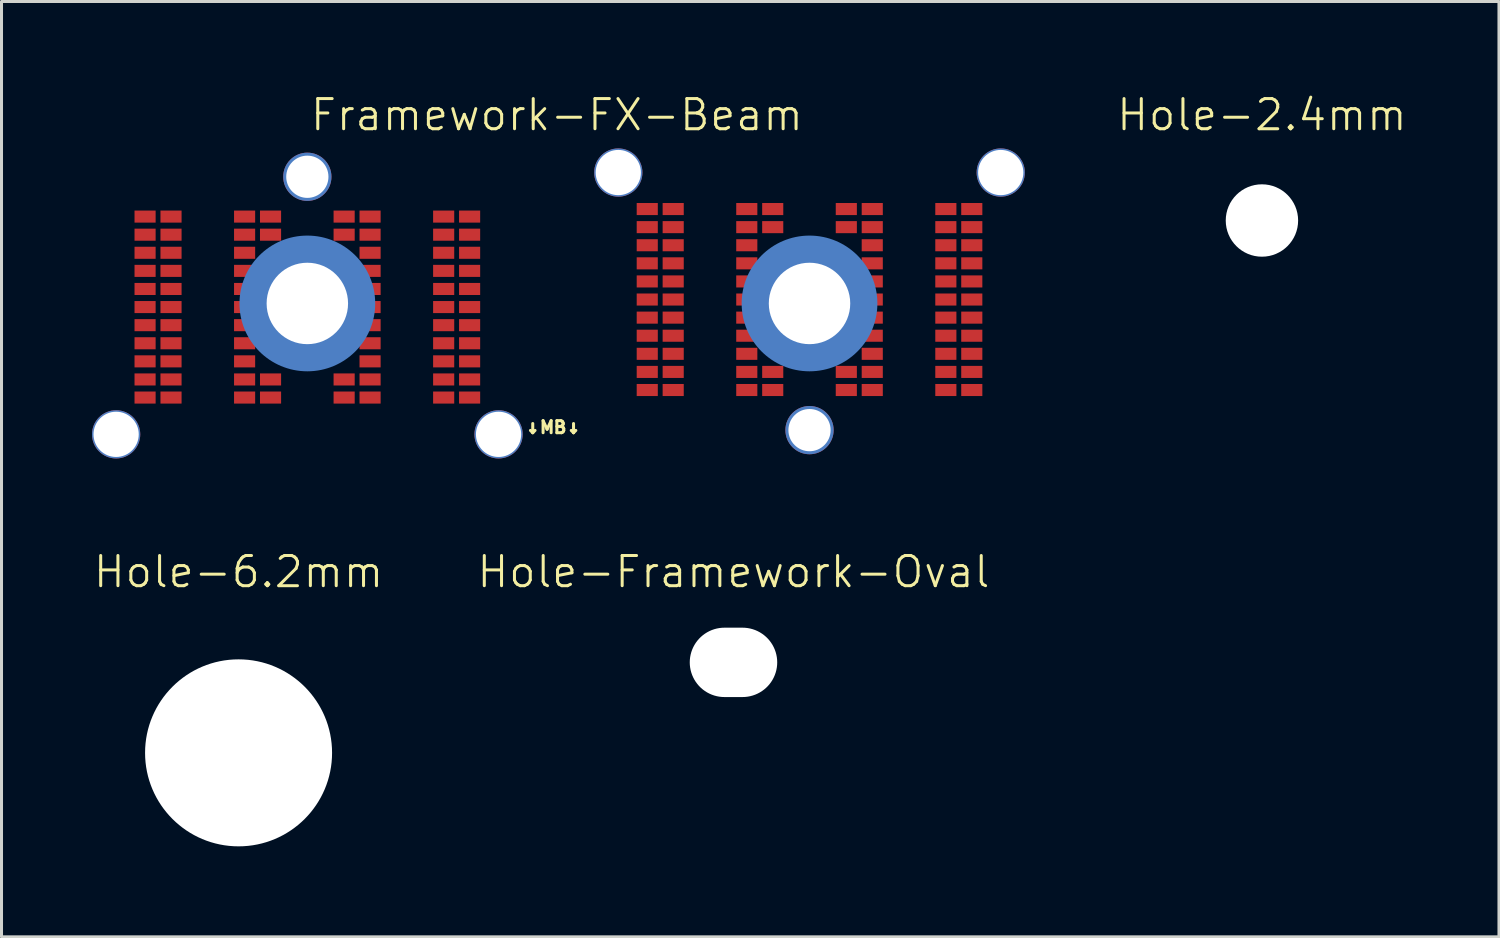
<source format=kicad_pcb>
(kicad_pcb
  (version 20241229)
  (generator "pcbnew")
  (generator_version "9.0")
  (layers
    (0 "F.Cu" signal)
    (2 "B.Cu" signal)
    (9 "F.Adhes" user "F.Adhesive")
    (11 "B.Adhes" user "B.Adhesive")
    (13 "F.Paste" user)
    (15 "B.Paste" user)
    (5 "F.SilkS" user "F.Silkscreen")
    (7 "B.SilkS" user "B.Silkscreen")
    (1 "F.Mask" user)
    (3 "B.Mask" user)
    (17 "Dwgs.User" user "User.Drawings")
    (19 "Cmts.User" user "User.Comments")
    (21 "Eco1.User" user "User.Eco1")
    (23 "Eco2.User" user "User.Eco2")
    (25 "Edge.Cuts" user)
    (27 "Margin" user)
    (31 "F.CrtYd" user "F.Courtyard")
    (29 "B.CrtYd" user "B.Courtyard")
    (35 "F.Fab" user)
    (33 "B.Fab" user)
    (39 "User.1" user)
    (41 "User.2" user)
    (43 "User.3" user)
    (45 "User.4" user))
  (footprint "Framework-FX-Beam"
    (layer "F.Cu")
    (at 7.14 7.011)
    (property "Reference" "Framework-FX-Beam" (at 8.275 -6.25 0) (unlocked yes) (layer "F.SilkS") (effects (font (size 1 1) (thickness 0.1))))
    (attr smd)
    (fp_text user "↓MB↓" (at 7.16 4.34 0) (unlocked yes) (layer "F.SilkS") (effects (font (size 0.4 0.4) (thickness 0.1)) (justify left bottom)))
    (pad "" np_thru_hole circle (at -6.34 4.34) (size 1.6 1.6) (drill 1.5) (layers "*.Cu" "*.Mask"))
    (pad "" np_thru_hole circle (at 0 -4.2) (size 1.6 1.6) (drill 1.4) (layers "*.Cu" "*.Mask"))
    (pad "" np_thru_hole circle (at 0 0) (size 3.2 3.2) (drill 2.7) (layers "*.Cu" "*.Mask"))
    (pad "" smd circle (at 0 0) (size 4.5 4.5) (layers "B.Cu" "B.Mask" "B.Paste"))
    (pad "" np_thru_hole circle (at 6.34 4.34) (size 1.6 1.6) (drill 1.5) (layers "*.Cu" "*.Mask"))
    (pad "" np_thru_hole circle (at 10.31 -4.34) (size 1.6 1.6) (drill 1.5) (layers "*.Cu" "*.Mask"))
    (pad "" np_thru_hole circle (at 16.65 0) (size 3.2 3.2) (drill 2.7) (layers "*.Cu" "*.Mask"))
    (pad "" smd circle (at 16.65 0) (size 4.5 4.5) (layers "B.Cu" "B.Mask" "B.Paste"))
    (pad "" np_thru_hole circle (at 16.65 4.2) (size 1.6 1.6) (drill 1.4) (layers "*.Cu" "*.Mask"))
    (pad "" np_thru_hole circle (at 22.99 -4.34) (size 1.6 1.6) (drill 1.5) (layers "*.Cu" "*.Mask"))
    (pad "D-1" smd rect (at 11.27 -3.13) (size 0.7 0.4) (layers "F.Cu" "F.Mask" "F.Paste"))
    (pad "D-2" smd rect (at 11.27 -2.53) (size 0.7 0.4) (layers "F.Cu" "F.Mask" "F.Paste"))
    (pad "D-3" smd rect (at 11.27 -1.93) (size 0.7 0.4) (layers "F.Cu" "F.Mask" "F.Paste"))
    (pad "D-4" smd rect (at 11.27 -1.33) (size 0.7 0.4) (layers "F.Cu" "F.Mask" "F.Paste"))
    (pad "D-5" smd rect (at 11.27 -0.73) (size 0.7 0.4) (layers "F.Cu" "F.Mask" "F.Paste"))
    (pad "D-6" smd rect (at 11.27 -0.13) (size 0.7 0.4) (layers "F.Cu" "F.Mask" "F.Paste"))
    (pad "D-7" smd rect (at 11.27 0.47) (size 0.7 0.4) (layers "F.Cu" "F.Mask" "F.Paste"))
    (pad "D-8" smd rect (at 11.27 1.07) (size 0.7 0.4) (layers "F.Cu" "F.Mask" "F.Paste"))
    (pad "D-9" smd rect (at 11.27 1.67) (size 0.7 0.4) (layers "F.Cu" "F.Mask" "F.Paste"))
    (pad "D-10" smd rect (at 11.27 2.27) (size 0.7 0.4) (layers "F.Cu" "F.Mask" "F.Paste"))
    (pad "D-11" smd rect (at 11.27 2.87) (size 0.7 0.4) (layers "F.Cu" "F.Mask" "F.Paste"))
    (pad "D-12" smd rect (at 12.13 -3.13) (size 0.7 0.4) (layers "F.Cu" "F.Mask" "F.Paste"))
    (pad "D-13" smd rect (at 12.13 -2.53) (size 0.7 0.4) (layers "F.Cu" "F.Mask" "F.Paste"))
    (pad "D-14" smd rect (at 12.13 -1.93) (size 0.7 0.4) (layers "F.Cu" "F.Mask" "F.Paste"))
    (pad "D-15" smd rect (at 12.13 -1.33) (size 0.7 0.4) (layers "F.Cu" "F.Mask" "F.Paste"))
    (pad "D-16" smd rect (at 12.13 -0.73) (size 0.7 0.4) (layers "F.Cu" "F.Mask" "F.Paste"))
    (pad "D-17" smd rect (at 12.13 -0.13) (size 0.7 0.4) (layers "F.Cu" "F.Mask" "F.Paste"))
    (pad "D-18" smd rect (at 12.13 0.47) (size 0.7 0.4) (layers "F.Cu" "F.Mask" "F.Paste"))
    (pad "D-19" smd rect (at 12.13 1.07) (size 0.7 0.4) (layers "F.Cu" "F.Mask" "F.Paste"))
    (pad "D-20" smd rect (at 12.13 1.67) (size 0.7 0.4) (layers "F.Cu" "F.Mask" "F.Paste"))
    (pad "D-21" smd rect (at 12.13 2.27) (size 0.7 0.4) (layers "F.Cu" "F.Mask" "F.Paste"))
    (pad "D-22" smd rect (at 12.13 2.87) (size 0.7 0.4) (layers "F.Cu" "F.Mask" "F.Paste"))
    (pad "D-23" smd rect (at 14.57 -3.13) (size 0.7 0.4) (layers "F.Cu" "F.Mask" "F.Paste"))
    (pad "D-24" smd rect (at 14.57 -2.53) (size 0.7 0.4) (layers "F.Cu" "F.Mask" "F.Paste"))
    (pad "D-25" smd rect (at 14.57 -1.93) (size 0.7 0.4) (layers "F.Cu" "F.Mask" "F.Paste"))
    (pad "D-26" smd rect (at 14.57 -1.33) (size 0.7 0.4) (layers "F.Cu" "F.Mask" "F.Paste"))
    (pad "D-27" smd rect (at 14.57 -0.73) (size 0.7 0.4) (layers "F.Cu" "F.Mask" "F.Paste"))
    (pad "D-28" smd rect (at 14.57 -0.13) (size 0.7 0.4) (layers "F.Cu" "F.Mask" "F.Paste"))
    (pad "D-29" smd rect (at 14.57 0.47) (size 0.7 0.4) (layers "F.Cu" "F.Mask" "F.Paste"))
    (pad "D-30" smd rect (at 14.57 1.07) (size 0.7 0.4) (layers "F.Cu" "F.Mask" "F.Paste"))
    (pad "D-31" smd rect (at 14.57 1.67) (size 0.7 0.4) (layers "F.Cu" "F.Mask" "F.Paste"))
    (pad "D-32" smd rect (at 14.57 2.27) (size 0.7 0.4) (layers "F.Cu" "F.Mask" "F.Paste"))
    (pad "D-33" smd rect (at 14.57 2.87) (size 0.7 0.4) (layers "F.Cu" "F.Mask" "F.Paste"))
    (pad "D-34" smd rect (at 15.43 -3.13) (size 0.7 0.4) (layers "F.Cu" "F.Mask" "F.Paste"))
    (pad "D-35" smd rect (at 15.43 -2.53) (size 0.7 0.4) (layers "F.Cu" "F.Mask" "F.Paste"))
    (pad "D-36" smd rect (at 15.43 2.27) (size 0.7 0.4) (layers "F.Cu" "F.Mask" "F.Paste"))
    (pad "D-37" smd rect (at 15.43 2.87) (size 0.7 0.4) (layers "F.Cu" "F.Mask" "F.Paste"))
    (pad "D-38" smd rect (at 17.87 -3.13) (size 0.7 0.4) (layers "F.Cu" "F.Mask" "F.Paste"))
    (pad "D-39" smd rect (at 17.87 -2.53) (size 0.7 0.4) (layers "F.Cu" "F.Mask" "F.Paste"))
    (pad "D-40" smd rect (at 17.87 2.27) (size 0.7 0.4) (layers "F.Cu" "F.Mask" "F.Paste"))
    (pad "D-41" smd rect (at 17.87 2.87) (size 0.7 0.4) (layers "F.Cu" "F.Mask" "F.Paste"))
    (pad "D-42" smd rect (at 18.73 -3.13) (size 0.7 0.4) (layers "F.Cu" "F.Mask" "F.Paste"))
    (pad "D-43" smd rect (at 18.73 -2.53) (size 0.7 0.4) (layers "F.Cu" "F.Mask" "F.Paste"))
    (pad "D-44" smd rect (at 18.73 -1.93) (size 0.7 0.4) (layers "F.Cu" "F.Mask" "F.Paste"))
    (pad "D-45" smd rect (at 18.73 -1.33) (size 0.7 0.4) (layers "F.Cu" "F.Mask" "F.Paste"))
    (pad "D-46" smd rect (at 18.73 -0.73) (size 0.7 0.4) (layers "F.Cu" "F.Mask" "F.Paste"))
    (pad "D-47" smd rect (at 18.73 -0.13) (size 0.7 0.4) (layers "F.Cu" "F.Mask" "F.Paste"))
    (pad "D-48" smd rect (at 18.73 0.47) (size 0.7 0.4) (layers "F.Cu" "F.Mask" "F.Paste"))
    (pad "D-49" smd rect (at 18.73 1.07) (size 0.7 0.4) (layers "F.Cu" "F.Mask" "F.Paste"))
    (pad "D-50" smd rect (at 18.73 1.67) (size 0.7 0.4) (layers "F.Cu" "F.Mask" "F.Paste"))
    (pad "D-51" smd rect (at 18.73 2.27) (size 0.7 0.4) (layers "F.Cu" "F.Mask" "F.Paste"))
    (pad "D-52" smd rect (at 18.73 2.87) (size 0.7 0.4) (layers "F.Cu" "F.Mask" "F.Paste"))
    (pad "D-53" smd rect (at 21.17 -3.13) (size 0.7 0.4) (layers "F.Cu" "F.Mask" "F.Paste"))
    (pad "D-54" smd rect (at 21.17 -2.53) (size 0.7 0.4) (layers "F.Cu" "F.Mask" "F.Paste"))
    (pad "D-55" smd rect (at 21.17 -1.93) (size 0.7 0.4) (layers "F.Cu" "F.Mask" "F.Paste"))
    (pad "D-56" smd rect (at 21.17 -1.33) (size 0.7 0.4) (layers "F.Cu" "F.Mask" "F.Paste"))
    (pad "D-57" smd rect (at 21.17 -0.73) (size 0.7 0.4) (layers "F.Cu" "F.Mask" "F.Paste"))
    (pad "D-58" smd rect (at 21.17 -0.13) (size 0.7 0.4) (layers "F.Cu" "F.Mask" "F.Paste"))
    (pad "D-59" smd rect (at 21.17 0.47) (size 0.7 0.4) (layers "F.Cu" "F.Mask" "F.Paste"))
    (pad "D-60" smd rect (at 21.17 1.07) (size 0.7 0.4) (layers "F.Cu" "F.Mask" "F.Paste"))
    (pad "D-61" smd rect (at 21.17 1.67) (size 0.7 0.4) (layers "F.Cu" "F.Mask" "F.Paste"))
    (pad "D-62" smd rect (at 21.17 2.27) (size 0.7 0.4) (layers "F.Cu" "F.Mask" "F.Paste"))
    (pad "D-63" smd rect (at 21.17 2.87) (size 0.7 0.4) (layers "F.Cu" "F.Mask" "F.Paste"))
    (pad "D-64" smd rect (at 22.03 -3.13) (size 0.7 0.4) (layers "F.Cu" "F.Mask" "F.Paste"))
    (pad "D-65" smd rect (at 22.03 -2.53) (size 0.7 0.4) (layers "F.Cu" "F.Mask" "F.Paste"))
    (pad "D-66" smd rect (at 22.03 -1.93) (size 0.7 0.4) (layers "F.Cu" "F.Mask" "F.Paste"))
    (pad "D-67" smd rect (at 22.03 -1.33) (size 0.7 0.4) (layers "F.Cu" "F.Mask" "F.Paste"))
    (pad "D-68" smd rect (at 22.03 -0.73) (size 0.7 0.4) (layers "F.Cu" "F.Mask" "F.Paste"))
    (pad "D-69" smd rect (at 22.03 -0.13) (size 0.7 0.4) (layers "F.Cu" "F.Mask" "F.Paste"))
    (pad "D-70" smd rect (at 22.03 0.47) (size 0.7 0.4) (layers "F.Cu" "F.Mask" "F.Paste"))
    (pad "D-71" smd rect (at 22.03 1.07) (size 0.7 0.4) (layers "F.Cu" "F.Mask" "F.Paste"))
    (pad "D-72" smd rect (at 22.03 1.67) (size 0.7 0.4) (layers "F.Cu" "F.Mask" "F.Paste"))
    (pad "D-73" smd rect (at 22.03 2.27) (size 0.7 0.4) (layers "F.Cu" "F.Mask" "F.Paste"))
    (pad "D-74" smd rect (at 22.03 2.87) (size 0.7 0.4) (layers "F.Cu" "F.Mask" "F.Paste"))
    (pad "P-1" smd rect (at -5.38 -2.88) (size 0.7 0.4) (layers "F.Cu" "F.Mask" "F.Paste"))
    (pad "P-2" smd rect (at -5.38 -2.28) (size 0.7 0.4) (layers "F.Cu" "F.Mask" "F.Paste"))
    (pad "P-3" smd rect (at -5.38 -1.68) (size 0.7 0.4) (layers "F.Cu" "F.Mask" "F.Paste"))
    (pad "P-4" smd rect (at -5.38 -1.08) (size 0.7 0.4) (layers "F.Cu" "F.Mask" "F.Paste"))
    (pad "P-5" smd rect (at -5.38 -0.48) (size 0.7 0.4) (layers "F.Cu" "F.Mask" "F.Paste"))
    (pad "P-6" smd rect (at -5.38 0.12) (size 0.7 0.4) (layers "F.Cu" "F.Mask" "F.Paste"))
    (pad "P-7" smd rect (at -5.38 0.72) (size 0.7 0.4) (layers "F.Cu" "F.Mask" "F.Paste"))
    (pad "P-8" smd rect (at -5.38 1.32) (size 0.7 0.4) (layers "F.Cu" "F.Mask" "F.Paste"))
    (pad "P-9" smd rect (at -5.38 1.92) (size 0.7 0.4) (layers "F.Cu" "F.Mask" "F.Paste"))
    (pad "P-10" smd rect (at -5.38 2.52) (size 0.7 0.4) (layers "F.Cu" "F.Mask" "F.Paste"))
    (pad "P-11" smd rect (at -5.38 3.12) (size 0.7 0.4) (layers "F.Cu" "F.Mask" "F.Paste"))
    (pad "P-12" smd rect (at -4.52 -2.88) (size 0.7 0.4) (layers "F.Cu" "F.Mask" "F.Paste"))
    (pad "P-13" smd rect (at -4.52 -2.28) (size 0.7 0.4) (layers "F.Cu" "F.Mask" "F.Paste"))
    (pad "P-14" smd rect (at -4.52 -1.68) (size 0.7 0.4) (layers "F.Cu" "F.Mask" "F.Paste"))
    (pad "P-15" smd rect (at -4.52 -1.08) (size 0.7 0.4) (layers "F.Cu" "F.Mask" "F.Paste"))
    (pad "P-16" smd rect (at -4.52 -0.48) (size 0.7 0.4) (layers "F.Cu" "F.Mask" "F.Paste"))
    (pad "P-17" smd rect (at -4.52 0.12) (size 0.7 0.4) (layers "F.Cu" "F.Mask" "F.Paste"))
    (pad "P-18" smd rect (at -4.52 0.72) (size 0.7 0.4) (layers "F.Cu" "F.Mask" "F.Paste"))
    (pad "P-19" smd rect (at -4.52 1.32) (size 0.7 0.4) (layers "F.Cu" "F.Mask" "F.Paste"))
    (pad "P-20" smd rect (at -4.52 1.92) (size 0.7 0.4) (layers "F.Cu" "F.Mask" "F.Paste"))
    (pad "P-21" smd rect (at -4.52 2.52) (size 0.7 0.4) (layers "F.Cu" "F.Mask" "F.Paste"))
    (pad "P-22" smd rect (at -4.52 3.12) (size 0.7 0.4) (layers "F.Cu" "F.Mask" "F.Paste"))
    (pad "P-23" smd rect (at -2.08 -2.88) (size 0.7 0.4) (layers "F.Cu" "F.Mask" "F.Paste"))
    (pad "P-24" smd rect (at -2.08 -2.28) (size 0.7 0.4) (layers "F.Cu" "F.Mask" "F.Paste"))
    (pad "P-25" smd rect (at -2.08 -1.68) (size 0.7 0.4) (layers "F.Cu" "F.Mask" "F.Paste"))
    (pad "P-26" smd rect (at -2.08 -1.08) (size 0.7 0.4) (layers "F.Cu" "F.Mask" "F.Paste"))
    (pad "P-27" smd rect (at -2.08 -0.48) (size 0.7 0.4) (layers "F.Cu" "F.Mask" "F.Paste"))
    (pad "P-28" smd rect (at -2.08 0.12) (size 0.7 0.4) (layers "F.Cu" "F.Mask" "F.Paste"))
    (pad "P-29" smd rect (at -2.08 0.72) (size 0.7 0.4) (layers "F.Cu" "F.Mask" "F.Paste"))
    (pad "P-30" smd rect (at -2.08 1.32) (size 0.7 0.4) (layers "F.Cu" "F.Mask" "F.Paste"))
    (pad "P-31" smd rect (at -2.08 1.92) (size 0.7 0.4) (layers "F.Cu" "F.Mask" "F.Paste"))
    (pad "P-32" smd rect (at -2.08 2.52) (size 0.7 0.4) (layers "F.Cu" "F.Mask" "F.Paste"))
    (pad "P-33" smd rect (at -2.08 3.12) (size 0.7 0.4) (layers "F.Cu" "F.Mask" "F.Paste"))
    (pad "P-34" smd rect (at -1.22 -2.88) (size 0.7 0.4) (layers "F.Cu" "F.Mask" "F.Paste"))
    (pad "P-35" smd rect (at -1.22 -2.28) (size 0.7 0.4) (layers "F.Cu" "F.Mask" "F.Paste"))
    (pad "P-36" smd rect (at -1.22 2.52) (size 0.7 0.4) (layers "F.Cu" "F.Mask" "F.Paste"))
    (pad "P-37" smd rect (at -1.22 3.12) (size 0.7 0.4) (layers "F.Cu" "F.Mask" "F.Paste"))
    (pad "P-38" smd rect (at 1.22 -2.88) (size 0.7 0.4) (layers "F.Cu" "F.Mask" "F.Paste"))
    (pad "P-39" smd rect (at 1.22 -2.28) (size 0.7 0.4) (layers "F.Cu" "F.Mask" "F.Paste"))
    (pad "P-40" smd rect (at 1.22 2.52) (size 0.7 0.4) (layers "F.Cu" "F.Mask" "F.Paste"))
    (pad "P-41" smd rect (at 1.22 3.12) (size 0.7 0.4) (layers "F.Cu" "F.Mask" "F.Paste"))
    (pad "P-42" smd rect (at 2.08 -2.88) (size 0.7 0.4) (layers "F.Cu" "F.Mask" "F.Paste"))
    (pad "P-43" smd rect (at 2.08 -2.28) (size 0.7 0.4) (layers "F.Cu" "F.Mask" "F.Paste"))
    (pad "P-44" smd rect (at 2.08 -1.68) (size 0.7 0.4) (layers "F.Cu" "F.Mask" "F.Paste"))
    (pad "P-45" smd rect (at 2.08 -1.08) (size 0.7 0.4) (layers "F.Cu" "F.Mask" "F.Paste"))
    (pad "P-46" smd rect (at 2.08 -0.48) (size 0.7 0.4) (layers "F.Cu" "F.Mask" "F.Paste"))
    (pad "P-47" smd rect (at 2.08 0.12) (size 0.7 0.4) (layers "F.Cu" "F.Mask" "F.Paste"))
    (pad "P-48" smd rect (at 2.08 0.72) (size 0.7 0.4) (layers "F.Cu" "F.Mask" "F.Paste"))
    (pad "P-49" smd rect (at 2.08 1.32) (size 0.7 0.4) (layers "F.Cu" "F.Mask" "F.Paste"))
    (pad "P-50" smd rect (at 2.08 1.92) (size 0.7 0.4) (layers "F.Cu" "F.Mask" "F.Paste"))
    (pad "P-51" smd rect (at 2.08 2.52) (size 0.7 0.4) (layers "F.Cu" "F.Mask" "F.Paste"))
    (pad "P-52" smd rect (at 2.08 3.12) (size 0.7 0.4) (layers "F.Cu" "F.Mask" "F.Paste"))
    (pad "P-53" smd rect (at 4.52 -2.88) (size 0.7 0.4) (layers "F.Cu" "F.Mask" "F.Paste"))
    (pad "P-54" smd rect (at 4.52 -2.28) (size 0.7 0.4) (layers "F.Cu" "F.Mask" "F.Paste"))
    (pad "P-55" smd rect (at 4.52 -1.68) (size 0.7 0.4) (layers "F.Cu" "F.Mask" "F.Paste"))
    (pad "P-56" smd rect (at 4.52 -1.08) (size 0.7 0.4) (layers "F.Cu" "F.Mask" "F.Paste"))
    (pad "P-57" smd rect (at 4.52 -0.48) (size 0.7 0.4) (layers "F.Cu" "F.Mask" "F.Paste"))
    (pad "P-58" smd rect (at 4.52 0.12) (size 0.7 0.4) (layers "F.Cu" "F.Mask" "F.Paste"))
    (pad "P-59" smd rect (at 4.52 0.72) (size 0.7 0.4) (layers "F.Cu" "F.Mask" "F.Paste"))
    (pad "P-60" smd rect (at 4.52 1.32) (size 0.7 0.4) (layers "F.Cu" "F.Mask" "F.Paste"))
    (pad "P-61" smd rect (at 4.52 1.92) (size 0.7 0.4) (layers "F.Cu" "F.Mask" "F.Paste"))
    (pad "P-62" smd rect (at 4.52 2.52) (size 0.7 0.4) (layers "F.Cu" "F.Mask" "F.Paste"))
    (pad "P-63" smd rect (at 4.52 3.12) (size 0.7 0.4) (layers "F.Cu" "F.Mask" "F.Paste"))
    (pad "P-64" smd rect (at 5.38 -2.88) (size 0.7 0.4) (layers "F.Cu" "F.Mask" "F.Paste"))
    (pad "P-65" smd rect (at 5.38 -2.28) (size 0.7 0.4) (layers "F.Cu" "F.Mask" "F.Paste"))
    (pad "P-66" smd rect (at 5.38 -1.68) (size 0.7 0.4) (layers "F.Cu" "F.Mask" "F.Paste"))
    (pad "P-67" smd rect (at 5.38 -1.08) (size 0.7 0.4) (layers "F.Cu" "F.Mask" "F.Paste"))
    (pad "P-68" smd rect (at 5.38 -0.48) (size 0.7 0.4) (layers "F.Cu" "F.Mask" "F.Paste"))
    (pad "P-69" smd rect (at 5.38 0.12) (size 0.7 0.4) (layers "F.Cu" "F.Mask" "F.Paste"))
    (pad "P-70" smd rect (at 5.38 0.72) (size 0.7 0.4) (layers "F.Cu" "F.Mask" "F.Paste"))
    (pad "P-71" smd rect (at 5.38 1.32) (size 0.7 0.4) (layers "F.Cu" "F.Mask" "F.Paste"))
    (pad "P-72" smd rect (at 5.38 1.92) (size 0.7 0.4) (layers "F.Cu" "F.Mask" "F.Paste"))
    (pad "P-73" smd rect (at 5.38 2.52) (size 0.7 0.4) (layers "F.Cu" "F.Mask" "F.Paste"))
    (pad "P-74" smd rect (at 5.38 3.12) (size 0.7 0.4) (layers "F.Cu" "F.Mask" "F.Paste"))
    (zone (net_name "") (layer "F.SilkS") (name "Conn_Keepout") (hatch edge 0.5) (connect_pads) (min_thickness 0.25) (filled_areas_thickness no) (keepout (tracks not_allowed) (vias not_allowed) (pads not_allowed) (copperpour allowed) (footprints allowed)) (placement (enabled no)) (fill) (polygon (pts (xy 0.09 12.06) (xy 30.84 12.06) (xy 30.84 1.96) (xy 0.09 1.96)))))
  (footprint "Hole-Framework-Oval"
    (layer "F.Cu")
    (at 21.269 18.911)
    (property "Reference" "Hole-Framework-Oval" (at 0 -3 0) (unlocked yes) (layer "F.SilkS") (effects (font (size 1 1) (thickness 0.1))))
    (pad "" np_thru_hole oval (at 0 0) (size 2.9 2.3) (drill oval 2.9 2.3) (layers "*.Cu" "*.Mask")))
  (footprint "Hole-2.4mm"
    (layer "F.Cu")
    (at 38.79 4.261)
    (property "Reference" "Hole-2.4mm" (at 0 -3.5 0) (unlocked yes) (layer "F.SilkS") (effects (font (size 1 1) (thickness 0.1))))
    (pad "" np_thru_hole circle (at 0 0) (size 2.4 2.4) (drill 2.4) (layers "*.Cu" "*.Mask")))
  (footprint "Hole-6.2mm"
    (layer "F.Cu")
    (at 4.86 21.911)
    (property "Reference" "Hole-6.2mm" (at 0 -6 0) (unlocked yes) (layer "F.SilkS") (effects (font (size 1 1) (thickness 0.1))))
    (pad "" np_thru_hole circle (at 0 0) (size 6.2 6.2) (drill 6.2) (layers "*.Cu" "*.Mask")))
  (gr_rect
    (start -3 -3)
    (end 46.649 28.011)
    (stroke (width 0.1) (type default))
    (fill no)
    (layer "Edge.Cuts")))
</source>
